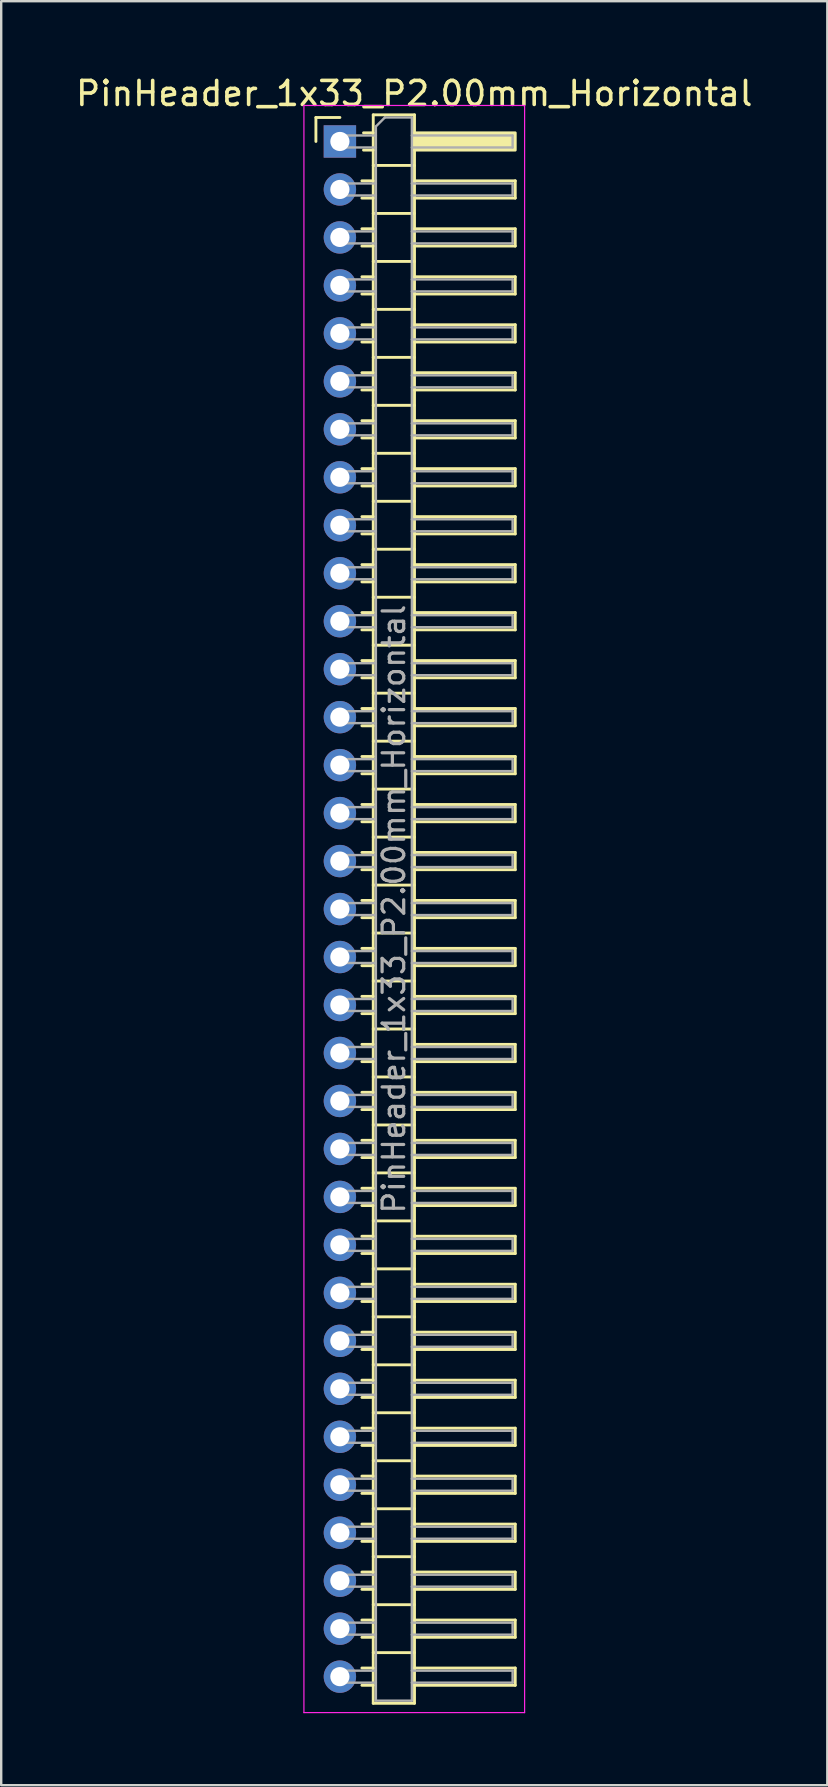
<source format=kicad_pcb>
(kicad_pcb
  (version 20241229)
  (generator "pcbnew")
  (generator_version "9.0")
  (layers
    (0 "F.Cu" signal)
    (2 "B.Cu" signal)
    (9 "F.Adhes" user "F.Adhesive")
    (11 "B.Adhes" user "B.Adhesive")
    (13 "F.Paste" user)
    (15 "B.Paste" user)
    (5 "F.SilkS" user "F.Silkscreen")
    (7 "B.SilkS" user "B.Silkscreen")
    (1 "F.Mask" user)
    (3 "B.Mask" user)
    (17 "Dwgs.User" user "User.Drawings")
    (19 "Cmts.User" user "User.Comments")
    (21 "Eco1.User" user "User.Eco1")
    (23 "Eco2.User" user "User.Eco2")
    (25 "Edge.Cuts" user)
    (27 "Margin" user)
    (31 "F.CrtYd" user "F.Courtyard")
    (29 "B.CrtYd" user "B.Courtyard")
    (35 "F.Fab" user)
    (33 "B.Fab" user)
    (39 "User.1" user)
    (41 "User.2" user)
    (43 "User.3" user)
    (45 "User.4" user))
  (footprint "PinHeader_1x33_P2.00mm_Horizontal"
    (layer "F.Cu")
    (at 11.12 2.848)
    (property "Reference" "PinHeader_1x33_P2.00mm_Horizontal" (at 3.1 -2 0) (layer "F.SilkS") (effects (font (size 1 1) (thickness 0.15))))
    (attr through_hole)
    (fp_line (start -1 -1) (end 0 -1) (stroke (width 0.12) (type solid)) (layer "F.SilkS"))
    (fp_line (start -1 0) (end -1 -1) (stroke (width 0.12) (type solid)) (layer "F.SilkS"))
    (fp_line (start 0.917 1.64) (end 1.39 1.64) (stroke (width 0.12) (type solid)) (layer "F.SilkS"))
    (fp_line (start 0.917 2.36) (end 1.39 2.36) (stroke (width 0.12) (type solid)) (layer "F.SilkS"))
    (fp_line (start 0.917 3.64) (end 1.39 3.64) (stroke (width 0.12) (type solid)) (layer "F.SilkS"))
    (fp_line (start 0.917 4.36) (end 1.39 4.36) (stroke (width 0.12) (type solid)) (layer "F.SilkS"))
    (fp_line (start 0.917 5.64) (end 1.39 5.64) (stroke (width 0.12) (type solid)) (layer "F.SilkS"))
    (fp_line (start 0.917 6.36) (end 1.39 6.36) (stroke (width 0.12) (type solid)) (layer "F.SilkS"))
    (fp_line (start 0.917 7.64) (end 1.39 7.64) (stroke (width 0.12) (type solid)) (layer "F.SilkS"))
    (fp_line (start 0.917 8.36) (end 1.39 8.36) (stroke (width 0.12) (type solid)) (layer "F.SilkS"))
    (fp_line (start 0.917 9.64) (end 1.39 9.64) (stroke (width 0.12) (type solid)) (layer "F.SilkS"))
    (fp_line (start 0.917 10.36) (end 1.39 10.36) (stroke (width 0.12) (type solid)) (layer "F.SilkS"))
    (fp_line (start 0.917 11.64) (end 1.39 11.64) (stroke (width 0.12) (type solid)) (layer "F.SilkS"))
    (fp_line (start 0.917 12.36) (end 1.39 12.36) (stroke (width 0.12) (type solid)) (layer "F.SilkS"))
    (fp_line (start 0.917 13.64) (end 1.39 13.64) (stroke (width 0.12) (type solid)) (layer "F.SilkS"))
    (fp_line (start 0.917 14.36) (end 1.39 14.36) (stroke (width 0.12) (type solid)) (layer "F.SilkS"))
    (fp_line (start 0.917 15.64) (end 1.39 15.64) (stroke (width 0.12) (type solid)) (layer "F.SilkS"))
    (fp_line (start 0.917 16.36) (end 1.39 16.36) (stroke (width 0.12) (type solid)) (layer "F.SilkS"))
    (fp_line (start 0.917 17.64) (end 1.39 17.64) (stroke (width 0.12) (type solid)) (layer "F.SilkS"))
    (fp_line (start 0.917 18.36) (end 1.39 18.36) (stroke (width 0.12) (type solid)) (layer "F.SilkS"))
    (fp_line (start 0.917 19.64) (end 1.39 19.64) (stroke (width 0.12) (type solid)) (layer "F.SilkS"))
    (fp_line (start 0.917 20.36) (end 1.39 20.36) (stroke (width 0.12) (type solid)) (layer "F.SilkS"))
    (fp_line (start 0.917 21.64) (end 1.39 21.64) (stroke (width 0.12) (type solid)) (layer "F.SilkS"))
    (fp_line (start 0.917 22.36) (end 1.39 22.36) (stroke (width 0.12) (type solid)) (layer "F.SilkS"))
    (fp_line (start 0.917 23.64) (end 1.39 23.64) (stroke (width 0.12) (type solid)) (layer "F.SilkS"))
    (fp_line (start 0.917 24.36) (end 1.39 24.36) (stroke (width 0.12) (type solid)) (layer "F.SilkS"))
    (fp_line (start 0.917 25.64) (end 1.39 25.64) (stroke (width 0.12) (type solid)) (layer "F.SilkS"))
    (fp_line (start 0.917 26.36) (end 1.39 26.36) (stroke (width 0.12) (type solid)) (layer "F.SilkS"))
    (fp_line (start 0.917 27.64) (end 1.39 27.64) (stroke (width 0.12) (type solid)) (layer "F.SilkS"))
    (fp_line (start 0.917 28.36) (end 1.39 28.36) (stroke (width 0.12) (type solid)) (layer "F.SilkS"))
    (fp_line (start 0.917 29.64) (end 1.39 29.64) (stroke (width 0.12) (type solid)) (layer "F.SilkS"))
    (fp_line (start 0.917 30.36) (end 1.39 30.36) (stroke (width 0.12) (type solid)) (layer "F.SilkS"))
    (fp_line (start 0.917 31.64) (end 1.39 31.64) (stroke (width 0.12) (type solid)) (layer "F.SilkS"))
    (fp_line (start 0.917 32.36) (end 1.39 32.36) (stroke (width 0.12) (type solid)) (layer "F.SilkS"))
    (fp_line (start 0.917 33.64) (end 1.39 33.64) (stroke (width 0.12) (type solid)) (layer "F.SilkS"))
    (fp_line (start 0.917 34.36) (end 1.39 34.36) (stroke (width 0.12) (type solid)) (layer "F.SilkS"))
    (fp_line (start 0.917 35.64) (end 1.39 35.64) (stroke (width 0.12) (type solid)) (layer "F.SilkS"))
    (fp_line (start 0.917 36.36) (end 1.39 36.36) (stroke (width 0.12) (type solid)) (layer "F.SilkS"))
    (fp_line (start 0.917 37.64) (end 1.39 37.64) (stroke (width 0.12) (type solid)) (layer "F.SilkS"))
    (fp_line (start 0.917 38.36) (end 1.39 38.36) (stroke (width 0.12) (type solid)) (layer "F.SilkS"))
    (fp_line (start 0.917 39.64) (end 1.39 39.64) (stroke (width 0.12) (type solid)) (layer "F.SilkS"))
    (fp_line (start 0.917 40.36) (end 1.39 40.36) (stroke (width 0.12) (type solid)) (layer "F.SilkS"))
    (fp_line (start 0.917 41.64) (end 1.39 41.64) (stroke (width 0.12) (type solid)) (layer "F.SilkS"))
    (fp_line (start 0.917 42.36) (end 1.39 42.36) (stroke (width 0.12) (type solid)) (layer "F.SilkS"))
    (fp_line (start 0.917 43.64) (end 1.39 43.64) (stroke (width 0.12) (type solid)) (layer "F.SilkS"))
    (fp_line (start 0.917 44.36) (end 1.39 44.36) (stroke (width 0.12) (type solid)) (layer "F.SilkS"))
    (fp_line (start 0.917 45.64) (end 1.39 45.64) (stroke (width 0.12) (type solid)) (layer "F.SilkS"))
    (fp_line (start 0.917 46.36) (end 1.39 46.36) (stroke (width 0.12) (type solid)) (layer "F.SilkS"))
    (fp_line (start 0.917 47.64) (end 1.39 47.64) (stroke (width 0.12) (type solid)) (layer "F.SilkS"))
    (fp_line (start 0.917 48.36) (end 1.39 48.36) (stroke (width 0.12) (type solid)) (layer "F.SilkS"))
    (fp_line (start 0.917 49.64) (end 1.39 49.64) (stroke (width 0.12) (type solid)) (layer "F.SilkS"))
    (fp_line (start 0.917 50.36) (end 1.39 50.36) (stroke (width 0.12) (type solid)) (layer "F.SilkS"))
    (fp_line (start 0.917 51.64) (end 1.39 51.64) (stroke (width 0.12) (type solid)) (layer "F.SilkS"))
    (fp_line (start 0.917 52.36) (end 1.39 52.36) (stroke (width 0.12) (type solid)) (layer "F.SilkS"))
    (fp_line (start 0.917 53.64) (end 1.39 53.64) (stroke (width 0.12) (type solid)) (layer "F.SilkS"))
    (fp_line (start 0.917 54.36) (end 1.39 54.36) (stroke (width 0.12) (type solid)) (layer "F.SilkS"))
    (fp_line (start 0.917 55.64) (end 1.39 55.64) (stroke (width 0.12) (type solid)) (layer "F.SilkS"))
    (fp_line (start 0.917 56.36) (end 1.39 56.36) (stroke (width 0.12) (type solid)) (layer "F.SilkS"))
    (fp_line (start 0.917 57.64) (end 1.39 57.64) (stroke (width 0.12) (type solid)) (layer "F.SilkS"))
    (fp_line (start 0.917 58.36) (end 1.39 58.36) (stroke (width 0.12) (type solid)) (layer "F.SilkS"))
    (fp_line (start 0.917 59.64) (end 1.39 59.64) (stroke (width 0.12) (type solid)) (layer "F.SilkS"))
    (fp_line (start 0.917 60.36) (end 1.39 60.36) (stroke (width 0.12) (type solid)) (layer "F.SilkS"))
    (fp_line (start 0.917 61.64) (end 1.39 61.64) (stroke (width 0.12) (type solid)) (layer "F.SilkS"))
    (fp_line (start 0.917 62.36) (end 1.39 62.36) (stroke (width 0.12) (type solid)) (layer "F.SilkS"))
    (fp_line (start 0.917 63.64) (end 1.39 63.64) (stroke (width 0.12) (type solid)) (layer "F.SilkS"))
    (fp_line (start 0.917 64.36) (end 1.39 64.36) (stroke (width 0.12) (type solid)) (layer "F.SilkS"))
    (fp_line (start 0.985 -0.36) (end 1.39 -0.36) (stroke (width 0.12) (type solid)) (layer "F.SilkS"))
    (fp_line (start 0.985 0.36) (end 1.39 0.36) (stroke (width 0.12) (type solid)) (layer "F.SilkS"))
    (fp_line (start 1.39 -1.11) (end 1.39 65.11) (stroke (width 0.12) (type solid)) (layer "F.SilkS"))
    (fp_line (start 1.39 1) (end 3.11 1) (stroke (width 0.12) (type solid)) (layer "F.SilkS"))
    (fp_line (start 1.39 3) (end 3.11 3) (stroke (width 0.12) (type solid)) (layer "F.SilkS"))
    (fp_line (start 1.39 5) (end 3.11 5) (stroke (width 0.12) (type solid)) (layer "F.SilkS"))
    (fp_line (start 1.39 7) (end 3.11 7) (stroke (width 0.12) (type solid)) (layer "F.SilkS"))
    (fp_line (start 1.39 9) (end 3.11 9) (stroke (width 0.12) (type solid)) (layer "F.SilkS"))
    (fp_line (start 1.39 11) (end 3.11 11) (stroke (width 0.12) (type solid)) (layer "F.SilkS"))
    (fp_line (start 1.39 13) (end 3.11 13) (stroke (width 0.12) (type solid)) (layer "F.SilkS"))
    (fp_line (start 1.39 15) (end 3.11 15) (stroke (width 0.12) (type solid)) (layer "F.SilkS"))
    (fp_line (start 1.39 17) (end 3.11 17) (stroke (width 0.12) (type solid)) (layer "F.SilkS"))
    (fp_line (start 1.39 19) (end 3.11 19) (stroke (width 0.12) (type solid)) (layer "F.SilkS"))
    (fp_line (start 1.39 21) (end 3.11 21) (stroke (width 0.12) (type solid)) (layer "F.SilkS"))
    (fp_line (start 1.39 23) (end 3.11 23) (stroke (width 0.12) (type solid)) (layer "F.SilkS"))
    (fp_line (start 1.39 25) (end 3.11 25) (stroke (width 0.12) (type solid)) (layer "F.SilkS"))
    (fp_line (start 1.39 27) (end 3.11 27) (stroke (width 0.12) (type solid)) (layer "F.SilkS"))
    (fp_line (start 1.39 29) (end 3.11 29) (stroke (width 0.12) (type solid)) (layer "F.SilkS"))
    (fp_line (start 1.39 31) (end 3.11 31) (stroke (width 0.12) (type solid)) (layer "F.SilkS"))
    (fp_line (start 1.39 33) (end 3.11 33) (stroke (width 0.12) (type solid)) (layer "F.SilkS"))
    (fp_line (start 1.39 35) (end 3.11 35) (stroke (width 0.12) (type solid)) (layer "F.SilkS"))
    (fp_line (start 1.39 37) (end 3.11 37) (stroke (width 0.12) (type solid)) (layer "F.SilkS"))
    (fp_line (start 1.39 39) (end 3.11 39) (stroke (width 0.12) (type solid)) (layer "F.SilkS"))
    (fp_line (start 1.39 41) (end 3.11 41) (stroke (width 0.12) (type solid)) (layer "F.SilkS"))
    (fp_line (start 1.39 43) (end 3.11 43) (stroke (width 0.12) (type solid)) (layer "F.SilkS"))
    (fp_line (start 1.39 45) (end 3.11 45) (stroke (width 0.12) (type solid)) (layer "F.SilkS"))
    (fp_line (start 1.39 47) (end 3.11 47) (stroke (width 0.12) (type solid)) (layer "F.SilkS"))
    (fp_line (start 1.39 49) (end 3.11 49) (stroke (width 0.12) (type solid)) (layer "F.SilkS"))
    (fp_line (start 1.39 51) (end 3.11 51) (stroke (width 0.12) (type solid)) (layer "F.SilkS"))
    (fp_line (start 1.39 53) (end 3.11 53) (stroke (width 0.12) (type solid)) (layer "F.SilkS"))
    (fp_line (start 1.39 55) (end 3.11 55) (stroke (width 0.12) (type solid)) (layer "F.SilkS"))
    (fp_line (start 1.39 57) (end 3.11 57) (stroke (width 0.12) (type solid)) (layer "F.SilkS"))
    (fp_line (start 1.39 59) (end 3.11 59) (stroke (width 0.12) (type solid)) (layer "F.SilkS"))
    (fp_line (start 1.39 61) (end 3.11 61) (stroke (width 0.12) (type solid)) (layer "F.SilkS"))
    (fp_line (start 1.39 63) (end 3.11 63) (stroke (width 0.12) (type solid)) (layer "F.SilkS"))
    (fp_line (start 1.39 65.11) (end 3.11 65.11) (stroke (width 0.12) (type solid)) (layer "F.SilkS"))
    (fp_line (start 3.11 -1.11) (end 1.39 -1.11) (stroke (width 0.12) (type solid)) (layer "F.SilkS"))
    (fp_line (start 3.11 1.64) (end 7.31 1.64) (stroke (width 0.12) (type solid)) (layer "F.SilkS"))
    (fp_line (start 3.11 3.64) (end 7.31 3.64) (stroke (width 0.12) (type solid)) (layer "F.SilkS"))
    (fp_line (start 3.11 5.64) (end 7.31 5.64) (stroke (width 0.12) (type solid)) (layer "F.SilkS"))
    (fp_line (start 3.11 7.64) (end 7.31 7.64) (stroke (width 0.12) (type solid)) (layer "F.SilkS"))
    (fp_line (start 3.11 9.64) (end 7.31 9.64) (stroke (width 0.12) (type solid)) (layer "F.SilkS"))
    (fp_line (start 3.11 11.64) (end 7.31 11.64) (stroke (width 0.12) (type solid)) (layer "F.SilkS"))
    (fp_line (start 3.11 13.64) (end 7.31 13.64) (stroke (width 0.12) (type solid)) (layer "F.SilkS"))
    (fp_line (start 3.11 15.64) (end 7.31 15.64) (stroke (width 0.12) (type solid)) (layer "F.SilkS"))
    (fp_line (start 3.11 17.64) (end 7.31 17.64) (stroke (width 0.12) (type solid)) (layer "F.SilkS"))
    (fp_line (start 3.11 19.64) (end 7.31 19.64) (stroke (width 0.12) (type solid)) (layer "F.SilkS"))
    (fp_line (start 3.11 21.64) (end 7.31 21.64) (stroke (width 0.12) (type solid)) (layer "F.SilkS"))
    (fp_line (start 3.11 23.64) (end 7.31 23.64) (stroke (width 0.12) (type solid)) (layer "F.SilkS"))
    (fp_line (start 3.11 25.64) (end 7.31 25.64) (stroke (width 0.12) (type solid)) (layer "F.SilkS"))
    (fp_line (start 3.11 27.64) (end 7.31 27.64) (stroke (width 0.12) (type solid)) (layer "F.SilkS"))
    (fp_line (start 3.11 29.64) (end 7.31 29.64) (stroke (width 0.12) (type solid)) (layer "F.SilkS"))
    (fp_line (start 3.11 31.64) (end 7.31 31.64) (stroke (width 0.12) (type solid)) (layer "F.SilkS"))
    (fp_line (start 3.11 33.64) (end 7.31 33.64) (stroke (width 0.12) (type solid)) (layer "F.SilkS"))
    (fp_line (start 3.11 35.64) (end 7.31 35.64) (stroke (width 0.12) (type solid)) (layer "F.SilkS"))
    (fp_line (start 3.11 37.64) (end 7.31 37.64) (stroke (width 0.12) (type solid)) (layer "F.SilkS"))
    (fp_line (start 3.11 39.64) (end 7.31 39.64) (stroke (width 0.12) (type solid)) (layer "F.SilkS"))
    (fp_line (start 3.11 41.64) (end 7.31 41.64) (stroke (width 0.12) (type solid)) (layer "F.SilkS"))
    (fp_line (start 3.11 43.64) (end 7.31 43.64) (stroke (width 0.12) (type solid)) (layer "F.SilkS"))
    (fp_line (start 3.11 45.64) (end 7.31 45.64) (stroke (width 0.12) (type solid)) (layer "F.SilkS"))
    (fp_line (start 3.11 47.64) (end 7.31 47.64) (stroke (width 0.12) (type solid)) (layer "F.SilkS"))
    (fp_line (start 3.11 49.64) (end 7.31 49.64) (stroke (width 0.12) (type solid)) (layer "F.SilkS"))
    (fp_line (start 3.11 51.64) (end 7.31 51.64) (stroke (width 0.12) (type solid)) (layer "F.SilkS"))
    (fp_line (start 3.11 53.64) (end 7.31 53.64) (stroke (width 0.12) (type solid)) (layer "F.SilkS"))
    (fp_line (start 3.11 55.64) (end 7.31 55.64) (stroke (width 0.12) (type solid)) (layer "F.SilkS"))
    (fp_line (start 3.11 57.64) (end 7.31 57.64) (stroke (width 0.12) (type solid)) (layer "F.SilkS"))
    (fp_line (start 3.11 59.64) (end 7.31 59.64) (stroke (width 0.12) (type solid)) (layer "F.SilkS"))
    (fp_line (start 3.11 61.64) (end 7.31 61.64) (stroke (width 0.12) (type solid)) (layer "F.SilkS"))
    (fp_line (start 3.11 63.64) (end 7.31 63.64) (stroke (width 0.12) (type solid)) (layer "F.SilkS"))
    (fp_line (start 3.11 65.11) (end 3.11 -1.11) (stroke (width 0.12) (type solid)) (layer "F.SilkS"))
    (fp_line (start 7.31 1.64) (end 7.31 2.36) (stroke (width 0.12) (type solid)) (layer "F.SilkS"))
    (fp_line (start 7.31 2.36) (end 3.11 2.36) (stroke (width 0.12) (type solid)) (layer "F.SilkS"))
    (fp_line (start 7.31 3.64) (end 7.31 4.36) (stroke (width 0.12) (type solid)) (layer "F.SilkS"))
    (fp_line (start 7.31 4.36) (end 3.11 4.36) (stroke (width 0.12) (type solid)) (layer "F.SilkS"))
    (fp_line (start 7.31 5.64) (end 7.31 6.36) (stroke (width 0.12) (type solid)) (layer "F.SilkS"))
    (fp_line (start 7.31 6.36) (end 3.11 6.36) (stroke (width 0.12) (type solid)) (layer "F.SilkS"))
    (fp_line (start 7.31 7.64) (end 7.31 8.36) (stroke (width 0.12) (type solid)) (layer "F.SilkS"))
    (fp_line (start 7.31 8.36) (end 3.11 8.36) (stroke (width 0.12) (type solid)) (layer "F.SilkS"))
    (fp_line (start 7.31 9.64) (end 7.31 10.36) (stroke (width 0.12) (type solid)) (layer "F.SilkS"))
    (fp_line (start 7.31 10.36) (end 3.11 10.36) (stroke (width 0.12) (type solid)) (layer "F.SilkS"))
    (fp_line (start 7.31 11.64) (end 7.31 12.36) (stroke (width 0.12) (type solid)) (layer "F.SilkS"))
    (fp_line (start 7.31 12.36) (end 3.11 12.36) (stroke (width 0.12) (type solid)) (layer "F.SilkS"))
    (fp_line (start 7.31 13.64) (end 7.31 14.36) (stroke (width 0.12) (type solid)) (layer "F.SilkS"))
    (fp_line (start 7.31 14.36) (end 3.11 14.36) (stroke (width 0.12) (type solid)) (layer "F.SilkS"))
    (fp_line (start 7.31 15.64) (end 7.31 16.36) (stroke (width 0.12) (type solid)) (layer "F.SilkS"))
    (fp_line (start 7.31 16.36) (end 3.11 16.36) (stroke (width 0.12) (type solid)) (layer "F.SilkS"))
    (fp_line (start 7.31 17.64) (end 7.31 18.36) (stroke (width 0.12) (type solid)) (layer "F.SilkS"))
    (fp_line (start 7.31 18.36) (end 3.11 18.36) (stroke (width 0.12) (type solid)) (layer "F.SilkS"))
    (fp_line (start 7.31 19.64) (end 7.31 20.36) (stroke (width 0.12) (type solid)) (layer "F.SilkS"))
    (fp_line (start 7.31 20.36) (end 3.11 20.36) (stroke (width 0.12) (type solid)) (layer "F.SilkS"))
    (fp_line (start 7.31 21.64) (end 7.31 22.36) (stroke (width 0.12) (type solid)) (layer "F.SilkS"))
    (fp_line (start 7.31 22.36) (end 3.11 22.36) (stroke (width 0.12) (type solid)) (layer "F.SilkS"))
    (fp_line (start 7.31 23.64) (end 7.31 24.36) (stroke (width 0.12) (type solid)) (layer "F.SilkS"))
    (fp_line (start 7.31 24.36) (end 3.11 24.36) (stroke (width 0.12) (type solid)) (layer "F.SilkS"))
    (fp_line (start 7.31 25.64) (end 7.31 26.36) (stroke (width 0.12) (type solid)) (layer "F.SilkS"))
    (fp_line (start 7.31 26.36) (end 3.11 26.36) (stroke (width 0.12) (type solid)) (layer "F.SilkS"))
    (fp_line (start 7.31 27.64) (end 7.31 28.36) (stroke (width 0.12) (type solid)) (layer "F.SilkS"))
    (fp_line (start 7.31 28.36) (end 3.11 28.36) (stroke (width 0.12) (type solid)) (layer "F.SilkS"))
    (fp_line (start 7.31 29.64) (end 7.31 30.36) (stroke (width 0.12) (type solid)) (layer "F.SilkS"))
    (fp_line (start 7.31 30.36) (end 3.11 30.36) (stroke (width 0.12) (type solid)) (layer "F.SilkS"))
    (fp_line (start 7.31 31.64) (end 7.31 32.36) (stroke (width 0.12) (type solid)) (layer "F.SilkS"))
    (fp_line (start 7.31 32.36) (end 3.11 32.36) (stroke (width 0.12) (type solid)) (layer "F.SilkS"))
    (fp_line (start 7.31 33.64) (end 7.31 34.36) (stroke (width 0.12) (type solid)) (layer "F.SilkS"))
    (fp_line (start 7.31 34.36) (end 3.11 34.36) (stroke (width 0.12) (type solid)) (layer "F.SilkS"))
    (fp_line (start 7.31 35.64) (end 7.31 36.36) (stroke (width 0.12) (type solid)) (layer "F.SilkS"))
    (fp_line (start 7.31 36.36) (end 3.11 36.36) (stroke (width 0.12) (type solid)) (layer "F.SilkS"))
    (fp_line (start 7.31 37.64) (end 7.31 38.36) (stroke (width 0.12) (type solid)) (layer "F.SilkS"))
    (fp_line (start 7.31 38.36) (end 3.11 38.36) (stroke (width 0.12) (type solid)) (layer "F.SilkS"))
    (fp_line (start 7.31 39.64) (end 7.31 40.36) (stroke (width 0.12) (type solid)) (layer "F.SilkS"))
    (fp_line (start 7.31 40.36) (end 3.11 40.36) (stroke (width 0.12) (type solid)) (layer "F.SilkS"))
    (fp_line (start 7.31 41.64) (end 7.31 42.36) (stroke (width 0.12) (type solid)) (layer "F.SilkS"))
    (fp_line (start 7.31 42.36) (end 3.11 42.36) (stroke (width 0.12) (type solid)) (layer "F.SilkS"))
    (fp_line (start 7.31 43.64) (end 7.31 44.36) (stroke (width 0.12) (type solid)) (layer "F.SilkS"))
    (fp_line (start 7.31 44.36) (end 3.11 44.36) (stroke (width 0.12) (type solid)) (layer "F.SilkS"))
    (fp_line (start 7.31 45.64) (end 7.31 46.36) (stroke (width 0.12) (type solid)) (layer "F.SilkS"))
    (fp_line (start 7.31 46.36) (end 3.11 46.36) (stroke (width 0.12) (type solid)) (layer "F.SilkS"))
    (fp_line (start 7.31 47.64) (end 7.31 48.36) (stroke (width 0.12) (type solid)) (layer "F.SilkS"))
    (fp_line (start 7.31 48.36) (end 3.11 48.36) (stroke (width 0.12) (type solid)) (layer "F.SilkS"))
    (fp_line (start 7.31 49.64) (end 7.31 50.36) (stroke (width 0.12) (type solid)) (layer "F.SilkS"))
    (fp_line (start 7.31 50.36) (end 3.11 50.36) (stroke (width 0.12) (type solid)) (layer "F.SilkS"))
    (fp_line (start 7.31 51.64) (end 7.31 52.36) (stroke (width 0.12) (type solid)) (layer "F.SilkS"))
    (fp_line (start 7.31 52.36) (end 3.11 52.36) (stroke (width 0.12) (type solid)) (layer "F.SilkS"))
    (fp_line (start 7.31 53.64) (end 7.31 54.36) (stroke (width 0.12) (type solid)) (layer "F.SilkS"))
    (fp_line (start 7.31 54.36) (end 3.11 54.36) (stroke (width 0.12) (type solid)) (layer "F.SilkS"))
    (fp_line (start 7.31 55.64) (end 7.31 56.36) (stroke (width 0.12) (type solid)) (layer "F.SilkS"))
    (fp_line (start 7.31 56.36) (end 3.11 56.36) (stroke (width 0.12) (type solid)) (layer "F.SilkS"))
    (fp_line (start 7.31 57.64) (end 7.31 58.36) (stroke (width 0.12) (type solid)) (layer "F.SilkS"))
    (fp_line (start 7.31 58.36) (end 3.11 58.36) (stroke (width 0.12) (type solid)) (layer "F.SilkS"))
    (fp_line (start 7.31 59.64) (end 7.31 60.36) (stroke (width 0.12) (type solid)) (layer "F.SilkS"))
    (fp_line (start 7.31 60.36) (end 3.11 60.36) (stroke (width 0.12) (type solid)) (layer "F.SilkS"))
    (fp_line (start 7.31 61.64) (end 7.31 62.36) (stroke (width 0.12) (type solid)) (layer "F.SilkS"))
    (fp_line (start 7.31 62.36) (end 3.11 62.36) (stroke (width 0.12) (type solid)) (layer "F.SilkS"))
    (fp_line (start 7.31 63.64) (end 7.31 64.36) (stroke (width 0.12) (type solid)) (layer "F.SilkS"))
    (fp_line (start 7.31 64.36) (end 3.11 64.36) (stroke (width 0.12) (type solid)) (layer "F.SilkS"))
    (fp_rect (start 3.11 -0.36) (end 7.31 0.36) (stroke (width 0.12) (type solid)) (fill yes) (layer "F.SilkS"))
    (fp_line (start -1.5 -1.5) (end -1.5 65.5) (stroke (width 0.05) (type solid)) (layer "F.CrtYd"))
    (fp_line (start -1.5 65.5) (end 7.7 65.5) (stroke (width 0.05) (type solid)) (layer "F.CrtYd"))
    (fp_line (start 7.7 -1.5) (end -1.5 -1.5) (stroke (width 0.05) (type solid)) (layer "F.CrtYd"))
    (fp_line (start 7.7 65.5) (end 7.7 -1.5) (stroke (width 0.05) (type solid)) (layer "F.CrtYd"))
    (fp_line (start -0.25 -0.25) (end -0.25 0.25) (stroke (width 0.1) (type solid)) (layer "F.Fab"))
    (fp_line (start -0.25 -0.25) (end 1.5 -0.25) (stroke (width 0.1) (type solid)) (layer "F.Fab"))
    (fp_line (start -0.25 0.25) (end 1.5 0.25) (stroke (width 0.1) (type solid)) (layer "F.Fab"))
    (fp_line (start -0.25 1.75) (end -0.25 2.25) (stroke (width 0.1) (type solid)) (layer "F.Fab"))
    (fp_line (start -0.25 1.75) (end 1.5 1.75) (stroke (width 0.1) (type solid)) (layer "F.Fab"))
    (fp_line (start -0.25 2.25) (end 1.5 2.25) (stroke (width 0.1) (type solid)) (layer "F.Fab"))
    (fp_line (start -0.25 3.75) (end -0.25 4.25) (stroke (width 0.1) (type solid)) (layer "F.Fab"))
    (fp_line (start -0.25 3.75) (end 1.5 3.75) (stroke (width 0.1) (type solid)) (layer "F.Fab"))
    (fp_line (start -0.25 4.25) (end 1.5 4.25) (stroke (width 0.1) (type solid)) (layer "F.Fab"))
    (fp_line (start -0.25 5.75) (end -0.25 6.25) (stroke (width 0.1) (type solid)) (layer "F.Fab"))
    (fp_line (start -0.25 5.75) (end 1.5 5.75) (stroke (width 0.1) (type solid)) (layer "F.Fab"))
    (fp_line (start -0.25 6.25) (end 1.5 6.25) (stroke (width 0.1) (type solid)) (layer "F.Fab"))
    (fp_line (start -0.25 7.75) (end -0.25 8.25) (stroke (width 0.1) (type solid)) (layer "F.Fab"))
    (fp_line (start -0.25 7.75) (end 1.5 7.75) (stroke (width 0.1) (type solid)) (layer "F.Fab"))
    (fp_line (start -0.25 8.25) (end 1.5 8.25) (stroke (width 0.1) (type solid)) (layer "F.Fab"))
    (fp_line (start -0.25 9.75) (end -0.25 10.25) (stroke (width 0.1) (type solid)) (layer "F.Fab"))
    (fp_line (start -0.25 9.75) (end 1.5 9.75) (stroke (width 0.1) (type solid)) (layer "F.Fab"))
    (fp_line (start -0.25 10.25) (end 1.5 10.25) (stroke (width 0.1) (type solid)) (layer "F.Fab"))
    (fp_line (start -0.25 11.75) (end -0.25 12.25) (stroke (width 0.1) (type solid)) (layer "F.Fab"))
    (fp_line (start -0.25 11.75) (end 1.5 11.75) (stroke (width 0.1) (type solid)) (layer "F.Fab"))
    (fp_line (start -0.25 12.25) (end 1.5 12.25) (stroke (width 0.1) (type solid)) (layer "F.Fab"))
    (fp_line (start -0.25 13.75) (end -0.25 14.25) (stroke (width 0.1) (type solid)) (layer "F.Fab"))
    (fp_line (start -0.25 13.75) (end 1.5 13.75) (stroke (width 0.1) (type solid)) (layer "F.Fab"))
    (fp_line (start -0.25 14.25) (end 1.5 14.25) (stroke (width 0.1) (type solid)) (layer "F.Fab"))
    (fp_line (start -0.25 15.75) (end -0.25 16.25) (stroke (width 0.1) (type solid)) (layer "F.Fab"))
    (fp_line (start -0.25 15.75) (end 1.5 15.75) (stroke (width 0.1) (type solid)) (layer "F.Fab"))
    (fp_line (start -0.25 16.25) (end 1.5 16.25) (stroke (width 0.1) (type solid)) (layer "F.Fab"))
    (fp_line (start -0.25 17.75) (end -0.25 18.25) (stroke (width 0.1) (type solid)) (layer "F.Fab"))
    (fp_line (start -0.25 17.75) (end 1.5 17.75) (stroke (width 0.1) (type solid)) (layer "F.Fab"))
    (fp_line (start -0.25 18.25) (end 1.5 18.25) (stroke (width 0.1) (type solid)) (layer "F.Fab"))
    (fp_line (start -0.25 19.75) (end -0.25 20.25) (stroke (width 0.1) (type solid)) (layer "F.Fab"))
    (fp_line (start -0.25 19.75) (end 1.5 19.75) (stroke (width 0.1) (type solid)) (layer "F.Fab"))
    (fp_line (start -0.25 20.25) (end 1.5 20.25) (stroke (width 0.1) (type solid)) (layer "F.Fab"))
    (fp_line (start -0.25 21.75) (end -0.25 22.25) (stroke (width 0.1) (type solid)) (layer "F.Fab"))
    (fp_line (start -0.25 21.75) (end 1.5 21.75) (stroke (width 0.1) (type solid)) (layer "F.Fab"))
    (fp_line (start -0.25 22.25) (end 1.5 22.25) (stroke (width 0.1) (type solid)) (layer "F.Fab"))
    (fp_line (start -0.25 23.75) (end -0.25 24.25) (stroke (width 0.1) (type solid)) (layer "F.Fab"))
    (fp_line (start -0.25 23.75) (end 1.5 23.75) (stroke (width 0.1) (type solid)) (layer "F.Fab"))
    (fp_line (start -0.25 24.25) (end 1.5 24.25) (stroke (width 0.1) (type solid)) (layer "F.Fab"))
    (fp_line (start -0.25 25.75) (end -0.25 26.25) (stroke (width 0.1) (type solid)) (layer "F.Fab"))
    (fp_line (start -0.25 25.75) (end 1.5 25.75) (stroke (width 0.1) (type solid)) (layer "F.Fab"))
    (fp_line (start -0.25 26.25) (end 1.5 26.25) (stroke (width 0.1) (type solid)) (layer "F.Fab"))
    (fp_line (start -0.25 27.75) (end -0.25 28.25) (stroke (width 0.1) (type solid)) (layer "F.Fab"))
    (fp_line (start -0.25 27.75) (end 1.5 27.75) (stroke (width 0.1) (type solid)) (layer "F.Fab"))
    (fp_line (start -0.25 28.25) (end 1.5 28.25) (stroke (width 0.1) (type solid)) (layer "F.Fab"))
    (fp_line (start -0.25 29.75) (end -0.25 30.25) (stroke (width 0.1) (type solid)) (layer "F.Fab"))
    (fp_line (start -0.25 29.75) (end 1.5 29.75) (stroke (width 0.1) (type solid)) (layer "F.Fab"))
    (fp_line (start -0.25 30.25) (end 1.5 30.25) (stroke (width 0.1) (type solid)) (layer "F.Fab"))
    (fp_line (start -0.25 31.75) (end -0.25 32.25) (stroke (width 0.1) (type solid)) (layer "F.Fab"))
    (fp_line (start -0.25 31.75) (end 1.5 31.75) (stroke (width 0.1) (type solid)) (layer "F.Fab"))
    (fp_line (start -0.25 32.25) (end 1.5 32.25) (stroke (width 0.1) (type solid)) (layer "F.Fab"))
    (fp_line (start -0.25 33.75) (end -0.25 34.25) (stroke (width 0.1) (type solid)) (layer "F.Fab"))
    (fp_line (start -0.25 33.75) (end 1.5 33.75) (stroke (width 0.1) (type solid)) (layer "F.Fab"))
    (fp_line (start -0.25 34.25) (end 1.5 34.25) (stroke (width 0.1) (type solid)) (layer "F.Fab"))
    (fp_line (start -0.25 35.75) (end -0.25 36.25) (stroke (width 0.1) (type solid)) (layer "F.Fab"))
    (fp_line (start -0.25 35.75) (end 1.5 35.75) (stroke (width 0.1) (type solid)) (layer "F.Fab"))
    (fp_line (start -0.25 36.25) (end 1.5 36.25) (stroke (width 0.1) (type solid)) (layer "F.Fab"))
    (fp_line (start -0.25 37.75) (end -0.25 38.25) (stroke (width 0.1) (type solid)) (layer "F.Fab"))
    (fp_line (start -0.25 37.75) (end 1.5 37.75) (stroke (width 0.1) (type solid)) (layer "F.Fab"))
    (fp_line (start -0.25 38.25) (end 1.5 38.25) (stroke (width 0.1) (type solid)) (layer "F.Fab"))
    (fp_line (start -0.25 39.75) (end -0.25 40.25) (stroke (width 0.1) (type solid)) (layer "F.Fab"))
    (fp_line (start -0.25 39.75) (end 1.5 39.75) (stroke (width 0.1) (type solid)) (layer "F.Fab"))
    (fp_line (start -0.25 40.25) (end 1.5 40.25) (stroke (width 0.1) (type solid)) (layer "F.Fab"))
    (fp_line (start -0.25 41.75) (end -0.25 42.25) (stroke (width 0.1) (type solid)) (layer "F.Fab"))
    (fp_line (start -0.25 41.75) (end 1.5 41.75) (stroke (width 0.1) (type solid)) (layer "F.Fab"))
    (fp_line (start -0.25 42.25) (end 1.5 42.25) (stroke (width 0.1) (type solid)) (layer "F.Fab"))
    (fp_line (start -0.25 43.75) (end -0.25 44.25) (stroke (width 0.1) (type solid)) (layer "F.Fab"))
    (fp_line (start -0.25 43.75) (end 1.5 43.75) (stroke (width 0.1) (type solid)) (layer "F.Fab"))
    (fp_line (start -0.25 44.25) (end 1.5 44.25) (stroke (width 0.1) (type solid)) (layer "F.Fab"))
    (fp_line (start -0.25 45.75) (end -0.25 46.25) (stroke (width 0.1) (type solid)) (layer "F.Fab"))
    (fp_line (start -0.25 45.75) (end 1.5 45.75) (stroke (width 0.1) (type solid)) (layer "F.Fab"))
    (fp_line (start -0.25 46.25) (end 1.5 46.25) (stroke (width 0.1) (type solid)) (layer "F.Fab"))
    (fp_line (start -0.25 47.75) (end -0.25 48.25) (stroke (width 0.1) (type solid)) (layer "F.Fab"))
    (fp_line (start -0.25 47.75) (end 1.5 47.75) (stroke (width 0.1) (type solid)) (layer "F.Fab"))
    (fp_line (start -0.25 48.25) (end 1.5 48.25) (stroke (width 0.1) (type solid)) (layer "F.Fab"))
    (fp_line (start -0.25 49.75) (end -0.25 50.25) (stroke (width 0.1) (type solid)) (layer "F.Fab"))
    (fp_line (start -0.25 49.75) (end 1.5 49.75) (stroke (width 0.1) (type solid)) (layer "F.Fab"))
    (fp_line (start -0.25 50.25) (end 1.5 50.25) (stroke (width 0.1) (type solid)) (layer "F.Fab"))
    (fp_line (start -0.25 51.75) (end -0.25 52.25) (stroke (width 0.1) (type solid)) (layer "F.Fab"))
    (fp_line (start -0.25 51.75) (end 1.5 51.75) (stroke (width 0.1) (type solid)) (layer "F.Fab"))
    (fp_line (start -0.25 52.25) (end 1.5 52.25) (stroke (width 0.1) (type solid)) (layer "F.Fab"))
    (fp_line (start -0.25 53.75) (end -0.25 54.25) (stroke (width 0.1) (type solid)) (layer "F.Fab"))
    (fp_line (start -0.25 53.75) (end 1.5 53.75) (stroke (width 0.1) (type solid)) (layer "F.Fab"))
    (fp_line (start -0.25 54.25) (end 1.5 54.25) (stroke (width 0.1) (type solid)) (layer "F.Fab"))
    (fp_line (start -0.25 55.75) (end -0.25 56.25) (stroke (width 0.1) (type solid)) (layer "F.Fab"))
    (fp_line (start -0.25 55.75) (end 1.5 55.75) (stroke (width 0.1) (type solid)) (layer "F.Fab"))
    (fp_line (start -0.25 56.25) (end 1.5 56.25) (stroke (width 0.1) (type solid)) (layer "F.Fab"))
    (fp_line (start -0.25 57.75) (end -0.25 58.25) (stroke (width 0.1) (type solid)) (layer "F.Fab"))
    (fp_line (start -0.25 57.75) (end 1.5 57.75) (stroke (width 0.1) (type solid)) (layer "F.Fab"))
    (fp_line (start -0.25 58.25) (end 1.5 58.25) (stroke (width 0.1) (type solid)) (layer "F.Fab"))
    (fp_line (start -0.25 59.75) (end -0.25 60.25) (stroke (width 0.1) (type solid)) (layer "F.Fab"))
    (fp_line (start -0.25 59.75) (end 1.5 59.75) (stroke (width 0.1) (type solid)) (layer "F.Fab"))
    (fp_line (start -0.25 60.25) (end 1.5 60.25) (stroke (width 0.1) (type solid)) (layer "F.Fab"))
    (fp_line (start -0.25 61.75) (end -0.25 62.25) (stroke (width 0.1) (type solid)) (layer "F.Fab"))
    (fp_line (start -0.25 61.75) (end 1.5 61.75) (stroke (width 0.1) (type solid)) (layer "F.Fab"))
    (fp_line (start -0.25 62.25) (end 1.5 62.25) (stroke (width 0.1) (type solid)) (layer "F.Fab"))
    (fp_line (start -0.25 63.75) (end -0.25 64.25) (stroke (width 0.1) (type solid)) (layer "F.Fab"))
    (fp_line (start -0.25 63.75) (end 1.5 63.75) (stroke (width 0.1) (type solid)) (layer "F.Fab"))
    (fp_line (start -0.25 64.25) (end 1.5 64.25) (stroke (width 0.1) (type solid)) (layer "F.Fab"))
    (fp_line (start 1.5 -0.625) (end 1.875 -1) (stroke (width 0.1) (type solid)) (layer "F.Fab"))
    (fp_line (start 1.5 65) (end 1.5 -0.625) (stroke (width 0.1) (type solid)) (layer "F.Fab"))
    (fp_line (start 1.875 -1) (end 3 -1) (stroke (width 0.1) (type solid)) (layer "F.Fab"))
    (fp_line (start 3 -1) (end 3 65) (stroke (width 0.1) (type solid)) (layer "F.Fab"))
    (fp_line (start 3 -0.25) (end 7.2 -0.25) (stroke (width 0.1) (type solid)) (layer "F.Fab"))
    (fp_line (start 3 0.25) (end 7.2 0.25) (stroke (width 0.1) (type solid)) (layer "F.Fab"))
    (fp_line (start 3 1.75) (end 7.2 1.75) (stroke (width 0.1) (type solid)) (layer "F.Fab"))
    (fp_line (start 3 2.25) (end 7.2 2.25) (stroke (width 0.1) (type solid)) (layer "F.Fab"))
    (fp_line (start 3 3.75) (end 7.2 3.75) (stroke (width 0.1) (type solid)) (layer "F.Fab"))
    (fp_line (start 3 4.25) (end 7.2 4.25) (stroke (width 0.1) (type solid)) (layer "F.Fab"))
    (fp_line (start 3 5.75) (end 7.2 5.75) (stroke (width 0.1) (type solid)) (layer "F.Fab"))
    (fp_line (start 3 6.25) (end 7.2 6.25) (stroke (width 0.1) (type solid)) (layer "F.Fab"))
    (fp_line (start 3 7.75) (end 7.2 7.75) (stroke (width 0.1) (type solid)) (layer "F.Fab"))
    (fp_line (start 3 8.25) (end 7.2 8.25) (stroke (width 0.1) (type solid)) (layer "F.Fab"))
    (fp_line (start 3 9.75) (end 7.2 9.75) (stroke (width 0.1) (type solid)) (layer "F.Fab"))
    (fp_line (start 3 10.25) (end 7.2 10.25) (stroke (width 0.1) (type solid)) (layer "F.Fab"))
    (fp_line (start 3 11.75) (end 7.2 11.75) (stroke (width 0.1) (type solid)) (layer "F.Fab"))
    (fp_line (start 3 12.25) (end 7.2 12.25) (stroke (width 0.1) (type solid)) (layer "F.Fab"))
    (fp_line (start 3 13.75) (end 7.2 13.75) (stroke (width 0.1) (type solid)) (layer "F.Fab"))
    (fp_line (start 3 14.25) (end 7.2 14.25) (stroke (width 0.1) (type solid)) (layer "F.Fab"))
    (fp_line (start 3 15.75) (end 7.2 15.75) (stroke (width 0.1) (type solid)) (layer "F.Fab"))
    (fp_line (start 3 16.25) (end 7.2 16.25) (stroke (width 0.1) (type solid)) (layer "F.Fab"))
    (fp_line (start 3 17.75) (end 7.2 17.75) (stroke (width 0.1) (type solid)) (layer "F.Fab"))
    (fp_line (start 3 18.25) (end 7.2 18.25) (stroke (width 0.1) (type solid)) (layer "F.Fab"))
    (fp_line (start 3 19.75) (end 7.2 19.75) (stroke (width 0.1) (type solid)) (layer "F.Fab"))
    (fp_line (start 3 20.25) (end 7.2 20.25) (stroke (width 0.1) (type solid)) (layer "F.Fab"))
    (fp_line (start 3 21.75) (end 7.2 21.75) (stroke (width 0.1) (type solid)) (layer "F.Fab"))
    (fp_line (start 3 22.25) (end 7.2 22.25) (stroke (width 0.1) (type solid)) (layer "F.Fab"))
    (fp_line (start 3 23.75) (end 7.2 23.75) (stroke (width 0.1) (type solid)) (layer "F.Fab"))
    (fp_line (start 3 24.25) (end 7.2 24.25) (stroke (width 0.1) (type solid)) (layer "F.Fab"))
    (fp_line (start 3 25.75) (end 7.2 25.75) (stroke (width 0.1) (type solid)) (layer "F.Fab"))
    (fp_line (start 3 26.25) (end 7.2 26.25) (stroke (width 0.1) (type solid)) (layer "F.Fab"))
    (fp_line (start 3 27.75) (end 7.2 27.75) (stroke (width 0.1) (type solid)) (layer "F.Fab"))
    (fp_line (start 3 28.25) (end 7.2 28.25) (stroke (width 0.1) (type solid)) (layer "F.Fab"))
    (fp_line (start 3 29.75) (end 7.2 29.75) (stroke (width 0.1) (type solid)) (layer "F.Fab"))
    (fp_line (start 3 30.25) (end 7.2 30.25) (stroke (width 0.1) (type solid)) (layer "F.Fab"))
    (fp_line (start 3 31.75) (end 7.2 31.75) (stroke (width 0.1) (type solid)) (layer "F.Fab"))
    (fp_line (start 3 32.25) (end 7.2 32.25) (stroke (width 0.1) (type solid)) (layer "F.Fab"))
    (fp_line (start 3 33.75) (end 7.2 33.75) (stroke (width 0.1) (type solid)) (layer "F.Fab"))
    (fp_line (start 3 34.25) (end 7.2 34.25) (stroke (width 0.1) (type solid)) (layer "F.Fab"))
    (fp_line (start 3 35.75) (end 7.2 35.75) (stroke (width 0.1) (type solid)) (layer "F.Fab"))
    (fp_line (start 3 36.25) (end 7.2 36.25) (stroke (width 0.1) (type solid)) (layer "F.Fab"))
    (fp_line (start 3 37.75) (end 7.2 37.75) (stroke (width 0.1) (type solid)) (layer "F.Fab"))
    (fp_line (start 3 38.25) (end 7.2 38.25) (stroke (width 0.1) (type solid)) (layer "F.Fab"))
    (fp_line (start 3 39.75) (end 7.2 39.75) (stroke (width 0.1) (type solid)) (layer "F.Fab"))
    (fp_line (start 3 40.25) (end 7.2 40.25) (stroke (width 0.1) (type solid)) (layer "F.Fab"))
    (fp_line (start 3 41.75) (end 7.2 41.75) (stroke (width 0.1) (type solid)) (layer "F.Fab"))
    (fp_line (start 3 42.25) (end 7.2 42.25) (stroke (width 0.1) (type solid)) (layer "F.Fab"))
    (fp_line (start 3 43.75) (end 7.2 43.75) (stroke (width 0.1) (type solid)) (layer "F.Fab"))
    (fp_line (start 3 44.25) (end 7.2 44.25) (stroke (width 0.1) (type solid)) (layer "F.Fab"))
    (fp_line (start 3 45.75) (end 7.2 45.75) (stroke (width 0.1) (type solid)) (layer "F.Fab"))
    (fp_line (start 3 46.25) (end 7.2 46.25) (stroke (width 0.1) (type solid)) (layer "F.Fab"))
    (fp_line (start 3 47.75) (end 7.2 47.75) (stroke (width 0.1) (type solid)) (layer "F.Fab"))
    (fp_line (start 3 48.25) (end 7.2 48.25) (stroke (width 0.1) (type solid)) (layer "F.Fab"))
    (fp_line (start 3 49.75) (end 7.2 49.75) (stroke (width 0.1) (type solid)) (layer "F.Fab"))
    (fp_line (start 3 50.25) (end 7.2 50.25) (stroke (width 0.1) (type solid)) (layer "F.Fab"))
    (fp_line (start 3 51.75) (end 7.2 51.75) (stroke (width 0.1) (type solid)) (layer "F.Fab"))
    (fp_line (start 3 52.25) (end 7.2 52.25) (stroke (width 0.1) (type solid)) (layer "F.Fab"))
    (fp_line (start 3 53.75) (end 7.2 53.75) (stroke (width 0.1) (type solid)) (layer "F.Fab"))
    (fp_line (start 3 54.25) (end 7.2 54.25) (stroke (width 0.1) (type solid)) (layer "F.Fab"))
    (fp_line (start 3 55.75) (end 7.2 55.75) (stroke (width 0.1) (type solid)) (layer "F.Fab"))
    (fp_line (start 3 56.25) (end 7.2 56.25) (stroke (width 0.1) (type solid)) (layer "F.Fab"))
    (fp_line (start 3 57.75) (end 7.2 57.75) (stroke (width 0.1) (type solid)) (layer "F.Fab"))
    (fp_line (start 3 58.25) (end 7.2 58.25) (stroke (width 0.1) (type solid)) (layer "F.Fab"))
    (fp_line (start 3 59.75) (end 7.2 59.75) (stroke (width 0.1) (type solid)) (layer "F.Fab"))
    (fp_line (start 3 60.25) (end 7.2 60.25) (stroke (width 0.1) (type solid)) (layer "F.Fab"))
    (fp_line (start 3 61.75) (end 7.2 61.75) (stroke (width 0.1) (type solid)) (layer "F.Fab"))
    (fp_line (start 3 62.25) (end 7.2 62.25) (stroke (width 0.1) (type solid)) (layer "F.Fab"))
    (fp_line (start 3 63.75) (end 7.2 63.75) (stroke (width 0.1) (type solid)) (layer "F.Fab"))
    (fp_line (start 3 64.25) (end 7.2 64.25) (stroke (width 0.1) (type solid)) (layer "F.Fab"))
    (fp_line (start 3 65) (end 1.5 65) (stroke (width 0.1) (type solid)) (layer "F.Fab"))
    (fp_line (start 7.2 -0.25) (end 7.2 0.25) (stroke (width 0.1) (type solid)) (layer "F.Fab"))
    (fp_line (start 7.2 1.75) (end 7.2 2.25) (stroke (width 0.1) (type solid)) (layer "F.Fab"))
    (fp_line (start 7.2 3.75) (end 7.2 4.25) (stroke (width 0.1) (type solid)) (layer "F.Fab"))
    (fp_line (start 7.2 5.75) (end 7.2 6.25) (stroke (width 0.1) (type solid)) (layer "F.Fab"))
    (fp_line (start 7.2 7.75) (end 7.2 8.25) (stroke (width 0.1) (type solid)) (layer "F.Fab"))
    (fp_line (start 7.2 9.75) (end 7.2 10.25) (stroke (width 0.1) (type solid)) (layer "F.Fab"))
    (fp_line (start 7.2 11.75) (end 7.2 12.25) (stroke (width 0.1) (type solid)) (layer "F.Fab"))
    (fp_line (start 7.2 13.75) (end 7.2 14.25) (stroke (width 0.1) (type solid)) (layer "F.Fab"))
    (fp_line (start 7.2 15.75) (end 7.2 16.25) (stroke (width 0.1) (type solid)) (layer "F.Fab"))
    (fp_line (start 7.2 17.75) (end 7.2 18.25) (stroke (width 0.1) (type solid)) (layer "F.Fab"))
    (fp_line (start 7.2 19.75) (end 7.2 20.25) (stroke (width 0.1) (type solid)) (layer "F.Fab"))
    (fp_line (start 7.2 21.75) (end 7.2 22.25) (stroke (width 0.1) (type solid)) (layer "F.Fab"))
    (fp_line (start 7.2 23.75) (end 7.2 24.25) (stroke (width 0.1) (type solid)) (layer "F.Fab"))
    (fp_line (start 7.2 25.75) (end 7.2 26.25) (stroke (width 0.1) (type solid)) (layer "F.Fab"))
    (fp_line (start 7.2 27.75) (end 7.2 28.25) (stroke (width 0.1) (type solid)) (layer "F.Fab"))
    (fp_line (start 7.2 29.75) (end 7.2 30.25) (stroke (width 0.1) (type solid)) (layer "F.Fab"))
    (fp_line (start 7.2 31.75) (end 7.2 32.25) (stroke (width 0.1) (type solid)) (layer "F.Fab"))
    (fp_line (start 7.2 33.75) (end 7.2 34.25) (stroke (width 0.1) (type solid)) (layer "F.Fab"))
    (fp_line (start 7.2 35.75) (end 7.2 36.25) (stroke (width 0.1) (type solid)) (layer "F.Fab"))
    (fp_line (start 7.2 37.75) (end 7.2 38.25) (stroke (width 0.1) (type solid)) (layer "F.Fab"))
    (fp_line (start 7.2 39.75) (end 7.2 40.25) (stroke (width 0.1) (type solid)) (layer "F.Fab"))
    (fp_line (start 7.2 41.75) (end 7.2 42.25) (stroke (width 0.1) (type solid)) (layer "F.Fab"))
    (fp_line (start 7.2 43.75) (end 7.2 44.25) (stroke (width 0.1) (type solid)) (layer "F.Fab"))
    (fp_line (start 7.2 45.75) (end 7.2 46.25) (stroke (width 0.1) (type solid)) (layer "F.Fab"))
    (fp_line (start 7.2 47.75) (end 7.2 48.25) (stroke (width 0.1) (type solid)) (layer "F.Fab"))
    (fp_line (start 7.2 49.75) (end 7.2 50.25) (stroke (width 0.1) (type solid)) (layer "F.Fab"))
    (fp_line (start 7.2 51.75) (end 7.2 52.25) (stroke (width 0.1) (type solid)) (layer "F.Fab"))
    (fp_line (start 7.2 53.75) (end 7.2 54.25) (stroke (width 0.1) (type solid)) (layer "F.Fab"))
    (fp_line (start 7.2 55.75) (end 7.2 56.25) (stroke (width 0.1) (type solid)) (layer "F.Fab"))
    (fp_line (start 7.2 57.75) (end 7.2 58.25) (stroke (width 0.1) (type solid)) (layer "F.Fab"))
    (fp_line (start 7.2 59.75) (end 7.2 60.25) (stroke (width 0.1) (type solid)) (layer "F.Fab"))
    (fp_line (start 7.2 61.75) (end 7.2 62.25) (stroke (width 0.1) (type solid)) (layer "F.Fab"))
    (fp_line (start 7.2 63.75) (end 7.2 64.25) (stroke (width 0.1) (type solid)) (layer "F.Fab"))
    (fp_text user "${REFERENCE}" (at 2.25 32 90) (layer "F.Fab") (effects (font (size 0.9 0.9) (thickness 0.135))))
    (pad "1" thru_hole rect (at 0 0) (size 1.35 1.35) (drill 0.8) (layers "*.Cu" "*.Mask"))
    (pad "2" thru_hole circle (at 0 2) (size 1.35 1.35) (drill 0.8) (layers "*.Cu" "*.Mask"))
    (pad "3" thru_hole circle (at 0 4) (size 1.35 1.35) (drill 0.8) (layers "*.Cu" "*.Mask"))
    (pad "4" thru_hole circle (at 0 6) (size 1.35 1.35) (drill 0.8) (layers "*.Cu" "*.Mask"))
    (pad "5" thru_hole circle (at 0 8) (size 1.35 1.35) (drill 0.8) (layers "*.Cu" "*.Mask"))
    (pad "6" thru_hole circle (at 0 10) (size 1.35 1.35) (drill 0.8) (layers "*.Cu" "*.Mask"))
    (pad "7" thru_hole circle (at 0 12) (size 1.35 1.35) (drill 0.8) (layers "*.Cu" "*.Mask"))
    (pad "8" thru_hole circle (at 0 14) (size 1.35 1.35) (drill 0.8) (layers "*.Cu" "*.Mask"))
    (pad "9" thru_hole circle (at 0 16) (size 1.35 1.35) (drill 0.8) (layers "*.Cu" "*.Mask"))
    (pad "10" thru_hole circle (at 0 18) (size 1.35 1.35) (drill 0.8) (layers "*.Cu" "*.Mask"))
    (pad "11" thru_hole circle (at 0 20) (size 1.35 1.35) (drill 0.8) (layers "*.Cu" "*.Mask"))
    (pad "12" thru_hole circle (at 0 22) (size 1.35 1.35) (drill 0.8) (layers "*.Cu" "*.Mask"))
    (pad "13" thru_hole circle (at 0 24) (size 1.35 1.35) (drill 0.8) (layers "*.Cu" "*.Mask"))
    (pad "14" thru_hole circle (at 0 26) (size 1.35 1.35) (drill 0.8) (layers "*.Cu" "*.Mask"))
    (pad "15" thru_hole circle (at 0 28) (size 1.35 1.35) (drill 0.8) (layers "*.Cu" "*.Mask"))
    (pad "16" thru_hole circle (at 0 30) (size 1.35 1.35) (drill 0.8) (layers "*.Cu" "*.Mask"))
    (pad "17" thru_hole circle (at 0 32) (size 1.35 1.35) (drill 0.8) (layers "*.Cu" "*.Mask"))
    (pad "18" thru_hole circle (at 0 34) (size 1.35 1.35) (drill 0.8) (layers "*.Cu" "*.Mask"))
    (pad "19" thru_hole circle (at 0 36) (size 1.35 1.35) (drill 0.8) (layers "*.Cu" "*.Mask"))
    (pad "20" thru_hole circle (at 0 38) (size 1.35 1.35) (drill 0.8) (layers "*.Cu" "*.Mask"))
    (pad "21" thru_hole circle (at 0 40) (size 1.35 1.35) (drill 0.8) (layers "*.Cu" "*.Mask"))
    (pad "22" thru_hole circle (at 0 42) (size 1.35 1.35) (drill 0.8) (layers "*.Cu" "*.Mask"))
    (pad "23" thru_hole circle (at 0 44) (size 1.35 1.35) (drill 0.8) (layers "*.Cu" "*.Mask"))
    (pad "24" thru_hole circle (at 0 46) (size 1.35 1.35) (drill 0.8) (layers "*.Cu" "*.Mask"))
    (pad "25" thru_hole circle (at 0 48) (size 1.35 1.35) (drill 0.8) (layers "*.Cu" "*.Mask"))
    (pad "26" thru_hole circle (at 0 50) (size 1.35 1.35) (drill 0.8) (layers "*.Cu" "*.Mask"))
    (pad "27" thru_hole circle (at 0 52) (size 1.35 1.35) (drill 0.8) (layers "*.Cu" "*.Mask"))
    (pad "28" thru_hole circle (at 0 54) (size 1.35 1.35) (drill 0.8) (layers "*.Cu" "*.Mask"))
    (pad "29" thru_hole circle (at 0 56) (size 1.35 1.35) (drill 0.8) (layers "*.Cu" "*.Mask"))
    (pad "30" thru_hole circle (at 0 58) (size 1.35 1.35) (drill 0.8) (layers "*.Cu" "*.Mask"))
    (pad "31" thru_hole circle (at 0 60) (size 1.35 1.35) (drill 0.8) (layers "*.Cu" "*.Mask"))
    (pad "32" thru_hole circle (at 0 62) (size 1.35 1.35) (drill 0.8) (layers "*.Cu" "*.Mask"))
    (pad "33" thru_hole circle (at 0 64) (size 1.35 1.35) (drill 0.8) (layers "*.Cu" "*.Mask")))
  (gr_rect
    (start -3 -3)
    (end 31.44 71.373)
    (stroke (width 0.1) (type default))
    (fill no)
    (layer "Edge.Cuts")))
</source>
